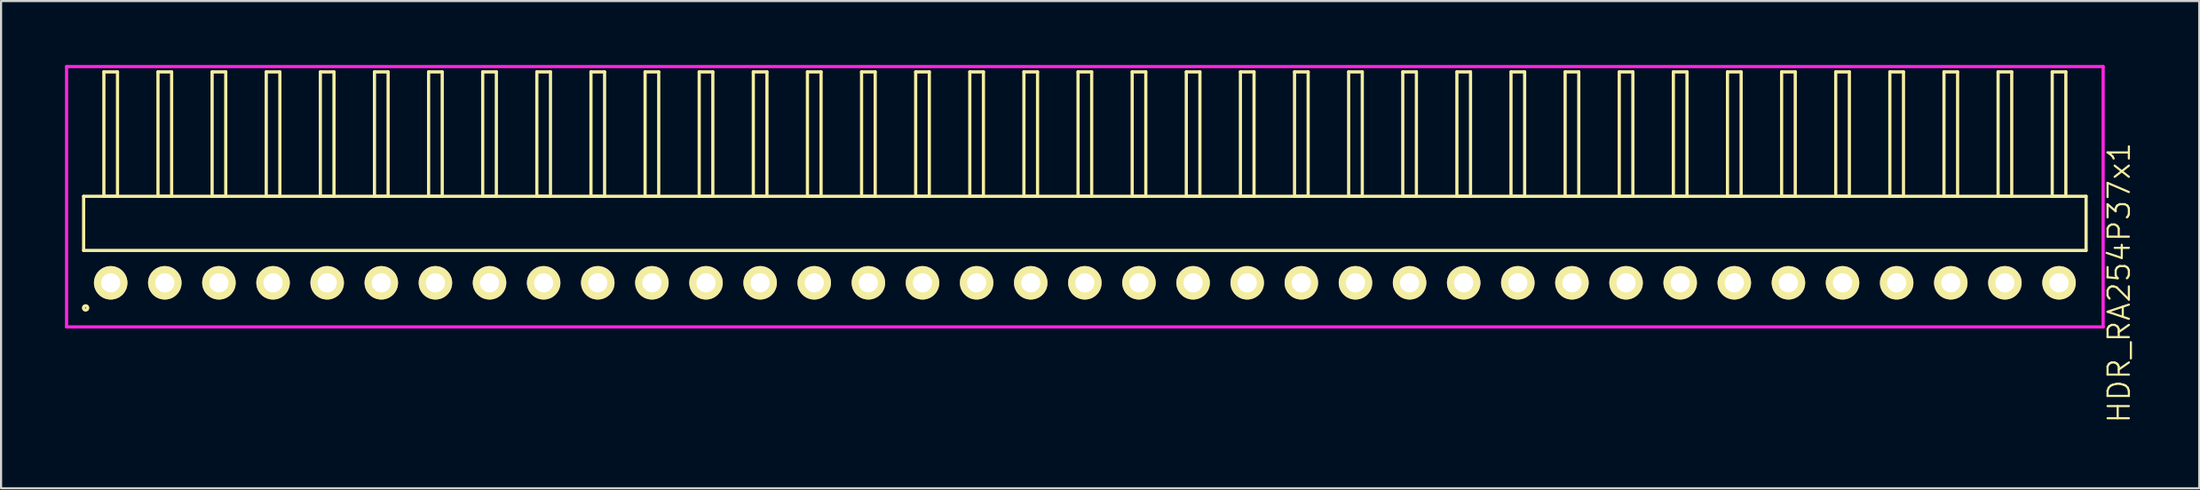
<source format=kicad_pcb>
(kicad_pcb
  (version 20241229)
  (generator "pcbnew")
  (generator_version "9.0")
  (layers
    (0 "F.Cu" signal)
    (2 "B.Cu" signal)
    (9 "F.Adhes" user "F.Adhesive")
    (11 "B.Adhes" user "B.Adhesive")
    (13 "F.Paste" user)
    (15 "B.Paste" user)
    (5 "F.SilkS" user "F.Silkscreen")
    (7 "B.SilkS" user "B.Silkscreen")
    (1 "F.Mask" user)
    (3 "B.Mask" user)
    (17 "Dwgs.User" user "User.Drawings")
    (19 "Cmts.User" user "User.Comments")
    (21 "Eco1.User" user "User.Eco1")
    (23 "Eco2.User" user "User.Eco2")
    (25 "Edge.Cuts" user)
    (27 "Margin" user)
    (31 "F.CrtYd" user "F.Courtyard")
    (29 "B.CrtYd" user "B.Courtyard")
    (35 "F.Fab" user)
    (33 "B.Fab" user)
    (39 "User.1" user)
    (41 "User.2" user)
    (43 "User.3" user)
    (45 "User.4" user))
  (footprint "HDR_RA254P37x1"
    (layer "F.Cu")
    (at 47.865 10.225)
    (property "Reference" "HDR_RA254P37x1" (at 48.54 0 90) (layer "F.SilkS") (effects (font (size 1 1) (thickness 0.1))))
    (attr through_hole)
    (fp_line (start -46.99 -4.06) (end -46.99 -1.52) (stroke (width 0.15) (type solid)) (layer "F.SilkS"))
    (fp_line (start -46.99 -1.52) (end 46.99 -1.52) (stroke (width 0.15) (type solid)) (layer "F.SilkS"))
    (fp_line (start -46.04 -9.9) (end -46.04 -4.06) (stroke (width 0.15) (type solid)) (layer "F.SilkS"))
    (fp_line (start -46.04 -4.06) (end -45.4 -4.06) (stroke (width 0.15) (type solid)) (layer "F.SilkS"))
    (fp_line (start -45.4 -9.9) (end -46.04 -9.9) (stroke (width 0.15) (type solid)) (layer "F.SilkS"))
    (fp_line (start -45.4 -4.06) (end -45.4 -9.9) (stroke (width 0.15) (type solid)) (layer "F.SilkS"))
    (fp_line (start -43.5 -9.9) (end -43.5 -4.06) (stroke (width 0.15) (type solid)) (layer "F.SilkS"))
    (fp_line (start -43.5 -4.06) (end -42.86 -4.06) (stroke (width 0.15) (type solid)) (layer "F.SilkS"))
    (fp_line (start -42.86 -9.9) (end -43.5 -9.9) (stroke (width 0.15) (type solid)) (layer "F.SilkS"))
    (fp_line (start -42.86 -4.06) (end -42.86 -9.9) (stroke (width 0.15) (type solid)) (layer "F.SilkS"))
    (fp_line (start -40.96 -9.9) (end -40.96 -4.06) (stroke (width 0.15) (type solid)) (layer "F.SilkS"))
    (fp_line (start -40.96 -4.06) (end -40.32 -4.06) (stroke (width 0.15) (type solid)) (layer "F.SilkS"))
    (fp_line (start -40.32 -9.9) (end -40.96 -9.9) (stroke (width 0.15) (type solid)) (layer "F.SilkS"))
    (fp_line (start -40.32 -4.06) (end -40.32 -9.9) (stroke (width 0.15) (type solid)) (layer "F.SilkS"))
    (fp_line (start -38.42 -9.9) (end -38.42 -4.06) (stroke (width 0.15) (type solid)) (layer "F.SilkS"))
    (fp_line (start -38.42 -4.06) (end -37.78 -4.06) (stroke (width 0.15) (type solid)) (layer "F.SilkS"))
    (fp_line (start -37.78 -9.9) (end -38.42 -9.9) (stroke (width 0.15) (type solid)) (layer "F.SilkS"))
    (fp_line (start -37.78 -4.06) (end -37.78 -9.9) (stroke (width 0.15) (type solid)) (layer "F.SilkS"))
    (fp_line (start -35.88 -9.9) (end -35.88 -4.06) (stroke (width 0.15) (type solid)) (layer "F.SilkS"))
    (fp_line (start -35.88 -4.06) (end -35.24 -4.06) (stroke (width 0.15) (type solid)) (layer "F.SilkS"))
    (fp_line (start -35.24 -9.9) (end -35.88 -9.9) (stroke (width 0.15) (type solid)) (layer "F.SilkS"))
    (fp_line (start -35.24 -4.06) (end -35.24 -9.9) (stroke (width 0.15) (type solid)) (layer "F.SilkS"))
    (fp_line (start -33.34 -9.9) (end -33.34 -4.06) (stroke (width 0.15) (type solid)) (layer "F.SilkS"))
    (fp_line (start -33.34 -4.06) (end -32.7 -4.06) (stroke (width 0.15) (type solid)) (layer "F.SilkS"))
    (fp_line (start -32.7 -9.9) (end -33.34 -9.9) (stroke (width 0.15) (type solid)) (layer "F.SilkS"))
    (fp_line (start -32.7 -4.06) (end -32.7 -9.9) (stroke (width 0.15) (type solid)) (layer "F.SilkS"))
    (fp_line (start -30.8 -9.9) (end -30.8 -4.06) (stroke (width 0.15) (type solid)) (layer "F.SilkS"))
    (fp_line (start -30.8 -4.06) (end -30.16 -4.06) (stroke (width 0.15) (type solid)) (layer "F.SilkS"))
    (fp_line (start -30.16 -9.9) (end -30.8 -9.9) (stroke (width 0.15) (type solid)) (layer "F.SilkS"))
    (fp_line (start -30.16 -4.06) (end -30.16 -9.9) (stroke (width 0.15) (type solid)) (layer "F.SilkS"))
    (fp_line (start -28.26 -9.9) (end -28.26 -4.06) (stroke (width 0.15) (type solid)) (layer "F.SilkS"))
    (fp_line (start -28.26 -4.06) (end -27.62 -4.06) (stroke (width 0.15) (type solid)) (layer "F.SilkS"))
    (fp_line (start -27.62 -9.9) (end -28.26 -9.9) (stroke (width 0.15) (type solid)) (layer "F.SilkS"))
    (fp_line (start -27.62 -4.06) (end -27.62 -9.9) (stroke (width 0.15) (type solid)) (layer "F.SilkS"))
    (fp_line (start -25.72 -9.9) (end -25.72 -4.06) (stroke (width 0.15) (type solid)) (layer "F.SilkS"))
    (fp_line (start -25.72 -4.06) (end -25.08 -4.06) (stroke (width 0.15) (type solid)) (layer "F.SilkS"))
    (fp_line (start -25.08 -9.9) (end -25.72 -9.9) (stroke (width 0.15) (type solid)) (layer "F.SilkS"))
    (fp_line (start -25.08 -4.06) (end -25.08 -9.9) (stroke (width 0.15) (type solid)) (layer "F.SilkS"))
    (fp_line (start -23.18 -9.9) (end -23.18 -4.06) (stroke (width 0.15) (type solid)) (layer "F.SilkS"))
    (fp_line (start -23.18 -4.06) (end -22.54 -4.06) (stroke (width 0.15) (type solid)) (layer "F.SilkS"))
    (fp_line (start -22.54 -9.9) (end -23.18 -9.9) (stroke (width 0.15) (type solid)) (layer "F.SilkS"))
    (fp_line (start -22.54 -4.06) (end -22.54 -9.9) (stroke (width 0.15) (type solid)) (layer "F.SilkS"))
    (fp_line (start -20.64 -9.9) (end -20.64 -4.06) (stroke (width 0.15) (type solid)) (layer "F.SilkS"))
    (fp_line (start -20.64 -4.06) (end -20 -4.06) (stroke (width 0.15) (type solid)) (layer "F.SilkS"))
    (fp_line (start -20 -9.9) (end -20.64 -9.9) (stroke (width 0.15) (type solid)) (layer "F.SilkS"))
    (fp_line (start -20 -4.06) (end -20 -9.9) (stroke (width 0.15) (type solid)) (layer "F.SilkS"))
    (fp_line (start -18.1 -9.9) (end -18.1 -4.06) (stroke (width 0.15) (type solid)) (layer "F.SilkS"))
    (fp_line (start -18.1 -4.06) (end -17.46 -4.06) (stroke (width 0.15) (type solid)) (layer "F.SilkS"))
    (fp_line (start -17.46 -9.9) (end -18.1 -9.9) (stroke (width 0.15) (type solid)) (layer "F.SilkS"))
    (fp_line (start -17.46 -4.06) (end -17.46 -9.9) (stroke (width 0.15) (type solid)) (layer "F.SilkS"))
    (fp_line (start -15.56 -9.9) (end -15.56 -4.06) (stroke (width 0.15) (type solid)) (layer "F.SilkS"))
    (fp_line (start -15.56 -4.06) (end -14.92 -4.06) (stroke (width 0.15) (type solid)) (layer "F.SilkS"))
    (fp_line (start -14.92 -9.9) (end -15.56 -9.9) (stroke (width 0.15) (type solid)) (layer "F.SilkS"))
    (fp_line (start -14.92 -4.06) (end -14.92 -9.9) (stroke (width 0.15) (type solid)) (layer "F.SilkS"))
    (fp_line (start -13.02 -9.9) (end -13.02 -4.06) (stroke (width 0.15) (type solid)) (layer "F.SilkS"))
    (fp_line (start -13.02 -4.06) (end -12.38 -4.06) (stroke (width 0.15) (type solid)) (layer "F.SilkS"))
    (fp_line (start -12.38 -9.9) (end -13.02 -9.9) (stroke (width 0.15) (type solid)) (layer "F.SilkS"))
    (fp_line (start -12.38 -4.06) (end -12.38 -9.9) (stroke (width 0.15) (type solid)) (layer "F.SilkS"))
    (fp_line (start -10.48 -9.9) (end -10.48 -4.06) (stroke (width 0.15) (type solid)) (layer "F.SilkS"))
    (fp_line (start -10.48 -4.06) (end -9.84 -4.06) (stroke (width 0.15) (type solid)) (layer "F.SilkS"))
    (fp_line (start -9.84 -9.9) (end -10.48 -9.9) (stroke (width 0.15) (type solid)) (layer "F.SilkS"))
    (fp_line (start -9.84 -4.06) (end -9.84 -9.9) (stroke (width 0.15) (type solid)) (layer "F.SilkS"))
    (fp_line (start -7.94 -9.9) (end -7.94 -4.06) (stroke (width 0.15) (type solid)) (layer "F.SilkS"))
    (fp_line (start -7.94 -4.06) (end -7.3 -4.06) (stroke (width 0.15) (type solid)) (layer "F.SilkS"))
    (fp_line (start -7.3 -9.9) (end -7.94 -9.9) (stroke (width 0.15) (type solid)) (layer "F.SilkS"))
    (fp_line (start -7.3 -4.06) (end -7.3 -9.9) (stroke (width 0.15) (type solid)) (layer "F.SilkS"))
    (fp_line (start -5.4 -9.9) (end -5.4 -4.06) (stroke (width 0.15) (type solid)) (layer "F.SilkS"))
    (fp_line (start -5.4 -4.06) (end -4.76 -4.06) (stroke (width 0.15) (type solid)) (layer "F.SilkS"))
    (fp_line (start -4.76 -9.9) (end -5.4 -9.9) (stroke (width 0.15) (type solid)) (layer "F.SilkS"))
    (fp_line (start -4.76 -4.06) (end -4.76 -9.9) (stroke (width 0.15) (type solid)) (layer "F.SilkS"))
    (fp_line (start -2.86 -9.9) (end -2.86 -4.06) (stroke (width 0.15) (type solid)) (layer "F.SilkS"))
    (fp_line (start -2.86 -4.06) (end -2.22 -4.06) (stroke (width 0.15) (type solid)) (layer "F.SilkS"))
    (fp_line (start -2.22 -9.9) (end -2.86 -9.9) (stroke (width 0.15) (type solid)) (layer "F.SilkS"))
    (fp_line (start -2.22 -4.06) (end -2.22 -9.9) (stroke (width 0.15) (type solid)) (layer "F.SilkS"))
    (fp_line (start -0.32 -9.9) (end -0.32 -4.06) (stroke (width 0.15) (type solid)) (layer "F.SilkS"))
    (fp_line (start -0.32 -4.06) (end 0.32 -4.06) (stroke (width 0.15) (type solid)) (layer "F.SilkS"))
    (fp_line (start 0.32 -9.9) (end -0.32 -9.9) (stroke (width 0.15) (type solid)) (layer "F.SilkS"))
    (fp_line (start 0.32 -4.06) (end 0.32 -9.9) (stroke (width 0.15) (type solid)) (layer "F.SilkS"))
    (fp_line (start 2.22 -9.9) (end 2.22 -4.06) (stroke (width 0.15) (type solid)) (layer "F.SilkS"))
    (fp_line (start 2.22 -4.06) (end 2.86 -4.06) (stroke (width 0.15) (type solid)) (layer "F.SilkS"))
    (fp_line (start 2.86 -9.9) (end 2.22 -9.9) (stroke (width 0.15) (type solid)) (layer "F.SilkS"))
    (fp_line (start 2.86 -4.06) (end 2.86 -9.9) (stroke (width 0.15) (type solid)) (layer "F.SilkS"))
    (fp_line (start 4.76 -9.9) (end 4.76 -4.06) (stroke (width 0.15) (type solid)) (layer "F.SilkS"))
    (fp_line (start 4.76 -4.06) (end 5.4 -4.06) (stroke (width 0.15) (type solid)) (layer "F.SilkS"))
    (fp_line (start 5.4 -9.9) (end 4.76 -9.9) (stroke (width 0.15) (type solid)) (layer "F.SilkS"))
    (fp_line (start 5.4 -4.06) (end 5.4 -9.9) (stroke (width 0.15) (type solid)) (layer "F.SilkS"))
    (fp_line (start 7.3 -9.9) (end 7.3 -4.06) (stroke (width 0.15) (type solid)) (layer "F.SilkS"))
    (fp_line (start 7.3 -4.06) (end 7.94 -4.06) (stroke (width 0.15) (type solid)) (layer "F.SilkS"))
    (fp_line (start 7.94 -9.9) (end 7.3 -9.9) (stroke (width 0.15) (type solid)) (layer "F.SilkS"))
    (fp_line (start 7.94 -4.06) (end 7.94 -9.9) (stroke (width 0.15) (type solid)) (layer "F.SilkS"))
    (fp_line (start 9.84 -9.9) (end 9.84 -4.06) (stroke (width 0.15) (type solid)) (layer "F.SilkS"))
    (fp_line (start 9.84 -4.06) (end 10.48 -4.06) (stroke (width 0.15) (type solid)) (layer "F.SilkS"))
    (fp_line (start 10.48 -9.9) (end 9.84 -9.9) (stroke (width 0.15) (type solid)) (layer "F.SilkS"))
    (fp_line (start 10.48 -4.06) (end 10.48 -9.9) (stroke (width 0.15) (type solid)) (layer "F.SilkS"))
    (fp_line (start 12.38 -9.9) (end 12.38 -4.06) (stroke (width 0.15) (type solid)) (layer "F.SilkS"))
    (fp_line (start 12.38 -4.06) (end 13.02 -4.06) (stroke (width 0.15) (type solid)) (layer "F.SilkS"))
    (fp_line (start 13.02 -9.9) (end 12.38 -9.9) (stroke (width 0.15) (type solid)) (layer "F.SilkS"))
    (fp_line (start 13.02 -4.06) (end 13.02 -9.9) (stroke (width 0.15) (type solid)) (layer "F.SilkS"))
    (fp_line (start 14.92 -9.9) (end 14.92 -4.06) (stroke (width 0.15) (type solid)) (layer "F.SilkS"))
    (fp_line (start 14.92 -4.06) (end 15.56 -4.06) (stroke (width 0.15) (type solid)) (layer "F.SilkS"))
    (fp_line (start 15.56 -9.9) (end 14.92 -9.9) (stroke (width 0.15) (type solid)) (layer "F.SilkS"))
    (fp_line (start 15.56 -4.06) (end 15.56 -9.9) (stroke (width 0.15) (type solid)) (layer "F.SilkS"))
    (fp_line (start 17.46 -9.9) (end 17.46 -4.06) (stroke (width 0.15) (type solid)) (layer "F.SilkS"))
    (fp_line (start 17.46 -4.06) (end 18.1 -4.06) (stroke (width 0.15) (type solid)) (layer "F.SilkS"))
    (fp_line (start 18.1 -9.9) (end 17.46 -9.9) (stroke (width 0.15) (type solid)) (layer "F.SilkS"))
    (fp_line (start 18.1 -4.06) (end 18.1 -9.9) (stroke (width 0.15) (type solid)) (layer "F.SilkS"))
    (fp_line (start 20 -9.9) (end 20 -4.06) (stroke (width 0.15) (type solid)) (layer "F.SilkS"))
    (fp_line (start 20 -4.06) (end 20.64 -4.06) (stroke (width 0.15) (type solid)) (layer "F.SilkS"))
    (fp_line (start 20.64 -9.9) (end 20 -9.9) (stroke (width 0.15) (type solid)) (layer "F.SilkS"))
    (fp_line (start 20.64 -4.06) (end 20.64 -9.9) (stroke (width 0.15) (type solid)) (layer "F.SilkS"))
    (fp_line (start 22.54 -9.9) (end 22.54 -4.06) (stroke (width 0.15) (type solid)) (layer "F.SilkS"))
    (fp_line (start 22.54 -4.06) (end 23.18 -4.06) (stroke (width 0.15) (type solid)) (layer "F.SilkS"))
    (fp_line (start 23.18 -9.9) (end 22.54 -9.9) (stroke (width 0.15) (type solid)) (layer "F.SilkS"))
    (fp_line (start 23.18 -4.06) (end 23.18 -9.9) (stroke (width 0.15) (type solid)) (layer "F.SilkS"))
    (fp_line (start 25.08 -9.9) (end 25.08 -4.06) (stroke (width 0.15) (type solid)) (layer "F.SilkS"))
    (fp_line (start 25.08 -4.06) (end 25.72 -4.06) (stroke (width 0.15) (type solid)) (layer "F.SilkS"))
    (fp_line (start 25.72 -9.9) (end 25.08 -9.9) (stroke (width 0.15) (type solid)) (layer "F.SilkS"))
    (fp_line (start 25.72 -4.06) (end 25.72 -9.9) (stroke (width 0.15) (type solid)) (layer "F.SilkS"))
    (fp_line (start 27.62 -9.9) (end 27.62 -4.06) (stroke (width 0.15) (type solid)) (layer "F.SilkS"))
    (fp_line (start 27.62 -4.06) (end 28.26 -4.06) (stroke (width 0.15) (type solid)) (layer "F.SilkS"))
    (fp_line (start 28.26 -9.9) (end 27.62 -9.9) (stroke (width 0.15) (type solid)) (layer "F.SilkS"))
    (fp_line (start 28.26 -4.06) (end 28.26 -9.9) (stroke (width 0.15) (type solid)) (layer "F.SilkS"))
    (fp_line (start 30.16 -9.9) (end 30.16 -4.06) (stroke (width 0.15) (type solid)) (layer "F.SilkS"))
    (fp_line (start 30.16 -4.06) (end 30.8 -4.06) (stroke (width 0.15) (type solid)) (layer "F.SilkS"))
    (fp_line (start 30.8 -9.9) (end 30.16 -9.9) (stroke (width 0.15) (type solid)) (layer "F.SilkS"))
    (fp_line (start 30.8 -4.06) (end 30.8 -9.9) (stroke (width 0.15) (type solid)) (layer "F.SilkS"))
    (fp_line (start 32.7 -9.9) (end 32.7 -4.06) (stroke (width 0.15) (type solid)) (layer "F.SilkS"))
    (fp_line (start 32.7 -4.06) (end 33.34 -4.06) (stroke (width 0.15) (type solid)) (layer "F.SilkS"))
    (fp_line (start 33.34 -9.9) (end 32.7 -9.9) (stroke (width 0.15) (type solid)) (layer "F.SilkS"))
    (fp_line (start 33.34 -4.06) (end 33.34 -9.9) (stroke (width 0.15) (type solid)) (layer "F.SilkS"))
    (fp_line (start 35.24 -9.9) (end 35.24 -4.06) (stroke (width 0.15) (type solid)) (layer "F.SilkS"))
    (fp_line (start 35.24 -4.06) (end 35.88 -4.06) (stroke (width 0.15) (type solid)) (layer "F.SilkS"))
    (fp_line (start 35.88 -9.9) (end 35.24 -9.9) (stroke (width 0.15) (type solid)) (layer "F.SilkS"))
    (fp_line (start 35.88 -4.06) (end 35.88 -9.9) (stroke (width 0.15) (type solid)) (layer "F.SilkS"))
    (fp_line (start 37.78 -9.9) (end 37.78 -4.06) (stroke (width 0.15) (type solid)) (layer "F.SilkS"))
    (fp_line (start 37.78 -4.06) (end 38.42 -4.06) (stroke (width 0.15) (type solid)) (layer "F.SilkS"))
    (fp_line (start 38.42 -9.9) (end 37.78 -9.9) (stroke (width 0.15) (type solid)) (layer "F.SilkS"))
    (fp_line (start 38.42 -4.06) (end 38.42 -9.9) (stroke (width 0.15) (type solid)) (layer "F.SilkS"))
    (fp_line (start 40.32 -9.9) (end 40.32 -4.06) (stroke (width 0.15) (type solid)) (layer "F.SilkS"))
    (fp_line (start 40.32 -4.06) (end 40.96 -4.06) (stroke (width 0.15) (type solid)) (layer "F.SilkS"))
    (fp_line (start 40.96 -9.9) (end 40.32 -9.9) (stroke (width 0.15) (type solid)) (layer "F.SilkS"))
    (fp_line (start 40.96 -4.06) (end 40.96 -9.9) (stroke (width 0.15) (type solid)) (layer "F.SilkS"))
    (fp_line (start 42.86 -9.9) (end 42.86 -4.06) (stroke (width 0.15) (type solid)) (layer "F.SilkS"))
    (fp_line (start 42.86 -4.06) (end 43.5 -4.06) (stroke (width 0.15) (type solid)) (layer "F.SilkS"))
    (fp_line (start 43.5 -9.9) (end 42.86 -9.9) (stroke (width 0.15) (type solid)) (layer "F.SilkS"))
    (fp_line (start 43.5 -4.06) (end 43.5 -9.9) (stroke (width 0.15) (type solid)) (layer "F.SilkS"))
    (fp_line (start 45.4 -9.9) (end 45.4 -4.06) (stroke (width 0.15) (type solid)) (layer "F.SilkS"))
    (fp_line (start 45.4 -4.06) (end 46.04 -4.06) (stroke (width 0.15) (type solid)) (layer "F.SilkS"))
    (fp_line (start 46.04 -9.9) (end 45.4 -9.9) (stroke (width 0.15) (type solid)) (layer "F.SilkS"))
    (fp_line (start 46.04 -4.06) (end 46.04 -9.9) (stroke (width 0.15) (type solid)) (layer "F.SilkS"))
    (fp_line (start 46.99 -4.06) (end -46.99 -4.06) (stroke (width 0.15) (type solid)) (layer "F.SilkS"))
    (fp_line (start 46.99 -1.52) (end 46.99 -4.06) (stroke (width 0.15) (type solid)) (layer "F.SilkS"))
    (fp_circle (center -46.897 1.178) (end -46.797 1.178) (stroke (width 0.15) (type solid)) (fill no) (layer "F.SilkS"))
    (fp_line (start -47.79 -10.15) (end -47.79 2.07) (stroke (width 0.15) (type solid)) (layer "F.CrtYd"))
    (fp_line (start -47.79 2.07) (end 47.79 2.07) (stroke (width 0.15) (type solid)) (layer "F.CrtYd"))
    (fp_line (start 47.79 -10.15) (end -47.79 -10.15) (stroke (width 0.15) (type solid)) (layer "F.CrtYd"))
    (fp_line (start 47.79 2.07) (end 47.79 -10.15) (stroke (width 0.15) (type solid)) (layer "F.CrtYd"))
    (pad "1" thru_hole oval (at -45.72 0) (size 1.57 1.57) (drill 0.9) (layers "*.Cu" "*.Mask" "F.SilkS"))
    (pad "2" thru_hole oval (at -43.18 0) (size 1.57 1.57) (drill 0.9) (layers "*.Cu" "*.Mask" "F.SilkS"))
    (pad "3" thru_hole oval (at -40.64 0) (size 1.57 1.57) (drill 0.9) (layers "*.Cu" "*.Mask" "F.SilkS"))
    (pad "4" thru_hole oval (at -38.1 0) (size 1.57 1.57) (drill 0.9) (layers "*.Cu" "*.Mask" "F.SilkS"))
    (pad "5" thru_hole oval (at -35.56 0) (size 1.57 1.57) (drill 0.9) (layers "*.Cu" "*.Mask" "F.SilkS"))
    (pad "6" thru_hole oval (at -33.02 0) (size 1.57 1.57) (drill 0.9) (layers "*.Cu" "*.Mask" "F.SilkS"))
    (pad "7" thru_hole oval (at -30.48 0) (size 1.57 1.57) (drill 0.9) (layers "*.Cu" "*.Mask" "F.SilkS"))
    (pad "8" thru_hole oval (at -27.94 0) (size 1.57 1.57) (drill 0.9) (layers "*.Cu" "*.Mask" "F.SilkS"))
    (pad "9" thru_hole oval (at -25.4 0) (size 1.57 1.57) (drill 0.9) (layers "*.Cu" "*.Mask" "F.SilkS"))
    (pad "10" thru_hole oval (at -22.86 0) (size 1.57 1.57) (drill 0.9) (layers "*.Cu" "*.Mask" "F.SilkS"))
    (pad "11" thru_hole oval (at -20.32 0) (size 1.57 1.57) (drill 0.9) (layers "*.Cu" "*.Mask" "F.SilkS"))
    (pad "12" thru_hole oval (at -17.78 0) (size 1.57 1.57) (drill 0.9) (layers "*.Cu" "*.Mask" "F.SilkS"))
    (pad "13" thru_hole oval (at -15.24 0) (size 1.57 1.57) (drill 0.9) (layers "*.Cu" "*.Mask" "F.SilkS"))
    (pad "14" thru_hole oval (at -12.7 0) (size 1.57 1.57) (drill 0.9) (layers "*.Cu" "*.Mask" "F.SilkS"))
    (pad "15" thru_hole oval (at -10.16 0) (size 1.57 1.57) (drill 0.9) (layers "*.Cu" "*.Mask" "F.SilkS"))
    (pad "16" thru_hole oval (at -7.62 0) (size 1.57 1.57) (drill 0.9) (layers "*.Cu" "*.Mask" "F.SilkS"))
    (pad "17" thru_hole oval (at -5.08 0) (size 1.57 1.57) (drill 0.9) (layers "*.Cu" "*.Mask" "F.SilkS"))
    (pad "18" thru_hole oval (at -2.54 0) (size 1.57 1.57) (drill 0.9) (layers "*.Cu" "*.Mask" "F.SilkS"))
    (pad "19" thru_hole oval (at 0 0) (size 1.57 1.57) (drill 0.9) (layers "*.Cu" "*.Mask" "F.SilkS"))
    (pad "20" thru_hole oval (at 2.54 0) (size 1.57 1.57) (drill 0.9) (layers "*.Cu" "*.Mask" "F.SilkS"))
    (pad "21" thru_hole oval (at 5.08 0) (size 1.57 1.57) (drill 0.9) (layers "*.Cu" "*.Mask" "F.SilkS"))
    (pad "22" thru_hole oval (at 7.62 0) (size 1.57 1.57) (drill 0.9) (layers "*.Cu" "*.Mask" "F.SilkS"))
    (pad "23" thru_hole oval (at 10.16 0) (size 1.57 1.57) (drill 0.9) (layers "*.Cu" "*.Mask" "F.SilkS"))
    (pad "24" thru_hole oval (at 12.7 0) (size 1.57 1.57) (drill 0.9) (layers "*.Cu" "*.Mask" "F.SilkS"))
    (pad "25" thru_hole oval (at 15.24 0) (size 1.57 1.57) (drill 0.9) (layers "*.Cu" "*.Mask" "F.SilkS"))
    (pad "26" thru_hole oval (at 17.78 0) (size 1.57 1.57) (drill 0.9) (layers "*.Cu" "*.Mask" "F.SilkS"))
    (pad "27" thru_hole oval (at 20.32 0) (size 1.57 1.57) (drill 0.9) (layers "*.Cu" "*.Mask" "F.SilkS"))
    (pad "28" thru_hole oval (at 22.86 0) (size 1.57 1.57) (drill 0.9) (layers "*.Cu" "*.Mask" "F.SilkS"))
    (pad "29" thru_hole oval (at 25.4 0) (size 1.57 1.57) (drill 0.9) (layers "*.Cu" "*.Mask" "F.SilkS"))
    (pad "30" thru_hole oval (at 27.94 0) (size 1.57 1.57) (drill 0.9) (layers "*.Cu" "*.Mask" "F.SilkS"))
    (pad "31" thru_hole oval (at 30.48 0) (size 1.57 1.57) (drill 0.9) (layers "*.Cu" "*.Mask" "F.SilkS"))
    (pad "32" thru_hole oval (at 33.02 0) (size 1.57 1.57) (drill 0.9) (layers "*.Cu" "*.Mask" "F.SilkS"))
    (pad "33" thru_hole oval (at 35.56 0) (size 1.57 1.57) (drill 0.9) (layers "*.Cu" "*.Mask" "F.SilkS"))
    (pad "34" thru_hole oval (at 38.1 0) (size 1.57 1.57) (drill 0.9) (layers "*.Cu" "*.Mask" "F.SilkS"))
    (pad "35" thru_hole oval (at 40.64 0) (size 1.57 1.57) (drill 0.9) (layers "*.Cu" "*.Mask" "F.SilkS"))
    (pad "36" thru_hole oval (at 43.18 0) (size 1.57 1.57) (drill 0.9) (layers "*.Cu" "*.Mask" "F.SilkS"))
    (pad "37" thru_hole oval (at 45.72 0) (size 1.57 1.57) (drill 0.9) (layers "*.Cu" "*.Mask" "F.SilkS")))
  (gr_rect
    (start -3 -3)
    (end 100.165 19.87)
    (stroke (width 0.1) (type default))
    (fill no)
    (layer "Edge.Cuts")))
</source>
